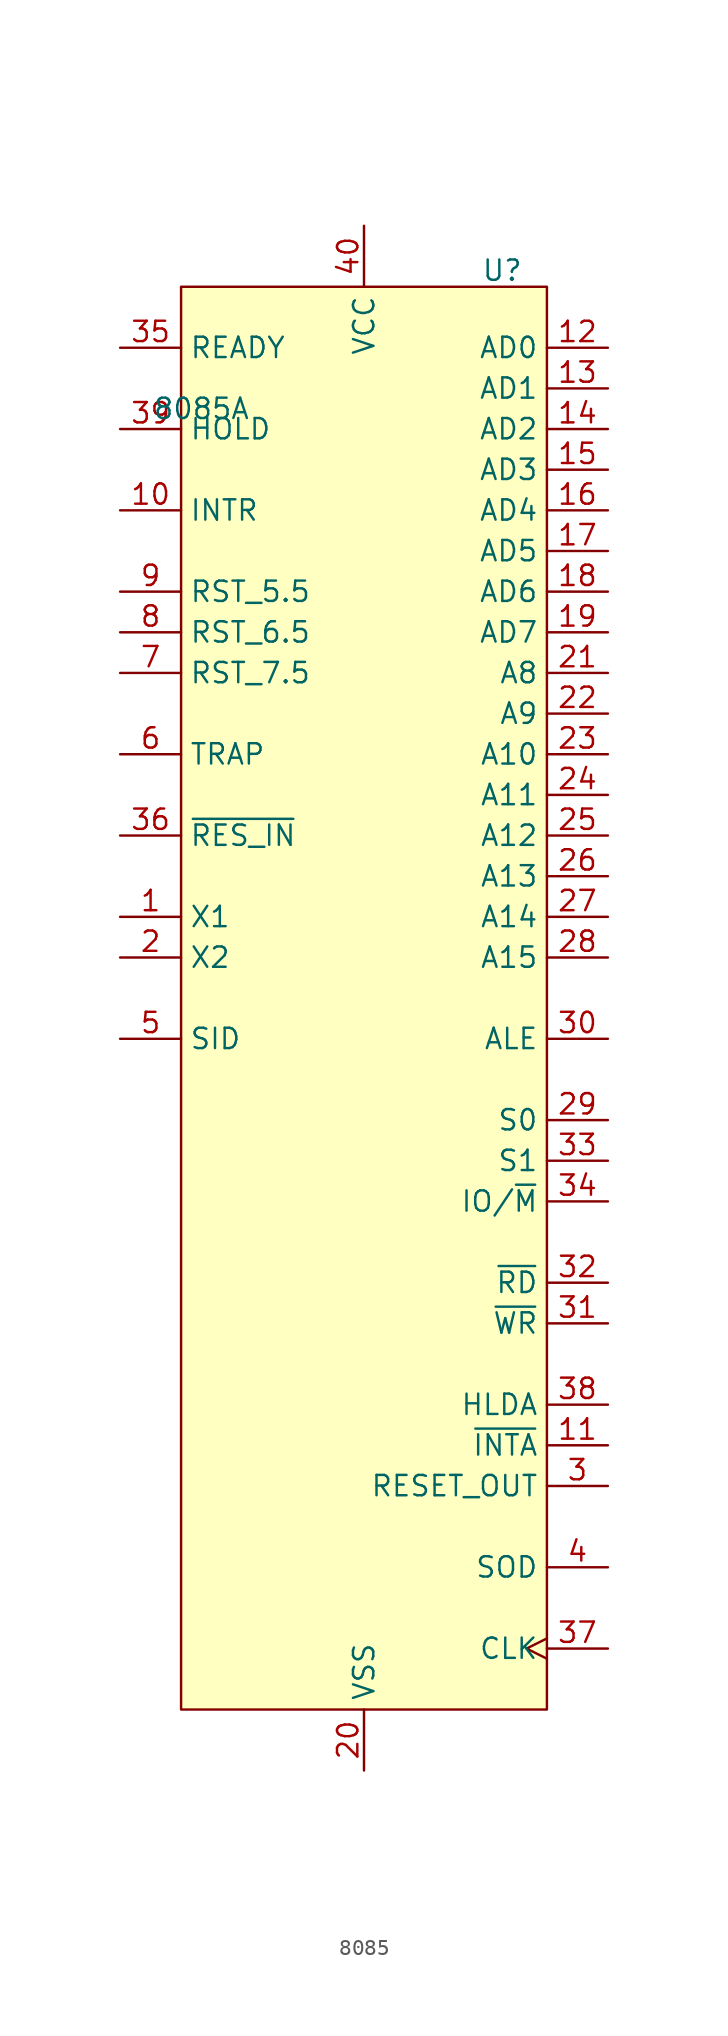
<source format=kicad_sym>
(kicad_symbol_lib
  (version 20231120)
  (generator "kicad_symbol_editor")
  (generator_version "8.0")
  (symbol "8085"
    (property "Reference" "U"
      (at 8.636 45.466 0)
      (effects (font (size 1.27 1.27))))
    (property "Value" "8085A"
      (at -10.16 36.83 0)
      (effects (font (size 1.27 1.27))))
    (symbol "8085_0_1"
      (rectangle (start -11.43 44.45) (end 11.43 -44.45) (stroke (width 0) (type default)) (fill (type background))))
    (symbol "8085_1_0"
      (pin input line (at -15.24 5.08 0) (length 3.81) (name "X1" (effects (font (size 1.27 1.27)))) (number "1" (effects (font (size 1.27 1.27)))))
      (pin input line (at -15.24 30.48 0) (length 3.81) (name "INTR" (effects (font (size 1.27 1.27)))) (number "10" (effects (font (size 1.27 1.27)))))
      (pin output line (at 15.24 -27.94 180) (length 3.81) (name "~{INTA}" (effects (font (size 1.27 1.27)))) (number "11" (effects (font (size 1.27 1.27)))))
      (pin bidirectional line (at 15.24 40.64 180) (length 3.81) (name "AD0" (effects (font (size 1.27 1.27)))) (number "12" (effects (font (size 1.27 1.27)))))
      (pin bidirectional line (at 15.24 38.1 180) (length 3.81) (name "AD1" (effects (font (size 1.27 1.27)))) (number "13" (effects (font (size 1.27 1.27)))))
      (pin bidirectional line (at 15.24 35.56 180) (length 3.81) (name "AD2" (effects (font (size 1.27 1.27)))) (number "14" (effects (font (size 1.27 1.27)))))
      (pin bidirectional line (at 15.24 33.02 180) (length 3.81) (name "AD3" (effects (font (size 1.27 1.27)))) (number "15" (effects (font (size 1.27 1.27)))))
      (pin bidirectional line (at 15.24 30.48 180) (length 3.81) (name "AD4" (effects (font (size 1.27 1.27)))) (number "16" (effects (font (size 1.27 1.27)))))
      (pin bidirectional line (at 15.24 27.94 180) (length 3.81) (name "AD5" (effects (font (size 1.27 1.27)))) (number "17" (effects (font (size 1.27 1.27)))))
      (pin bidirectional line (at 15.24 25.4 180) (length 3.81) (name "AD6" (effects (font (size 1.27 1.27)))) (number "18" (effects (font (size 1.27 1.27)))))
      (pin bidirectional line (at 15.24 22.86 180) (length 3.81) (name "AD7" (effects (font (size 1.27 1.27)))) (number "19" (effects (font (size 1.27 1.27)))))
      (pin input line (at -15.24 2.54 0) (length 3.81) (name "X2" (effects (font (size 1.27 1.27)))) (number "2" (effects (font (size 1.27 1.27)))))
      (pin power_in line (at 0 -48.26 90) (length 3.81) (name "VSS" (effects (font (size 1.27 1.27)))) (number "20" (effects (font (size 1.27 1.27)))))
      (pin output line (at 15.24 20.32 180) (length 3.81) (name "A8" (effects (font (size 1.27 1.27)))) (number "21" (effects (font (size 1.27 1.27)))))
      (pin output line (at 15.24 17.78 180) (length 3.81) (name "A9" (effects (font (size 1.27 1.27)))) (number "22" (effects (font (size 1.27 1.27)))))
      (pin output line (at 15.24 15.24 180) (length 3.81) (name "A10" (effects (font (size 1.27 1.27)))) (number "23" (effects (font (size 1.27 1.27)))))
      (pin output line (at 15.24 12.7 180) (length 3.81) (name "A11" (effects (font (size 1.27 1.27)))) (number "24" (effects (font (size 1.27 1.27)))))
      (pin output line (at 15.24 10.16 180) (length 3.81) (name "A12" (effects (font (size 1.27 1.27)))) (number "25" (effects (font (size 1.27 1.27)))))
      (pin output line (at 15.24 7.62 180) (length 3.81) (name "A13" (effects (font (size 1.27 1.27)))) (number "26" (effects (font (size 1.27 1.27)))))
      (pin output line (at 15.24 5.08 180) (length 3.81) (name "A14" (effects (font (size 1.27 1.27)))) (number "27" (effects (font (size 1.27 1.27)))))
      (pin output line (at 15.24 2.54 180) (length 3.81) (name "A15" (effects (font (size 1.27 1.27)))) (number "28" (effects (font (size 1.27 1.27)))))
      (pin output line (at 15.24 -7.62 180) (length 3.81) (name "S0" (effects (font (size 1.27 1.27)))) (number "29" (effects (font (size 1.27 1.27)))))
      (pin output line (at 15.24 -30.48 180) (length 3.81) (name "RESET_OUT" (effects (font (size 1.27 1.27)))) (number "3" (effects (font (size 1.27 1.27)))))
      (pin output line (at 15.24 -2.54 180) (length 3.81) (name "ALE" (effects (font (size 1.27 1.27)))) (number "30" (effects (font (size 1.27 1.27)))))
      (pin output line (at 15.24 -20.32 180) (length 3.81) (name "~{WR}" (effects (font (size 1.27 1.27)))) (number "31" (effects (font (size 1.27 1.27)))))
      (pin output line (at 15.24 -17.78 180) (length 3.81) (name "~{RD}" (effects (font (size 1.27 1.27)))) (number "32" (effects (font (size 1.27 1.27)))))
      (pin output line (at 15.24 -10.16 180) (length 3.81) (name "S1" (effects (font (size 1.27 1.27)))) (number "33" (effects (font (size 1.27 1.27)))))
      (pin input line (at 15.24 -12.7 180) (length 3.81) (name "IO/~{M}" (effects (font (size 1.27 1.27)))) (number "34" (effects (font (size 1.27 1.27)))))
      (pin input line (at -15.24 40.64 0) (length 3.81) (name "READY" (effects (font (size 1.27 1.27)))) (number "35" (effects (font (size 1.27 1.27)))))
      (pin input line (at -15.24 10.16 0) (length 3.81) (name "~{RES_IN}" (effects (font (size 1.27 1.27)))) (number "36" (effects (font (size 1.27 1.27)))))
      (pin output clock (at 15.24 -40.64 180) (length 3.81) (name "CLK" (effects (font (size 1.27 1.27)))) (number "37" (effects (font (size 1.27 1.27)))))
      (pin output line (at 15.24 -25.4 180) (length 3.81) (name "HLDA" (effects (font (size 1.27 1.27)))) (number "38" (effects (font (size 1.27 1.27)))))
      (pin input line (at -15.24 35.56 0) (length 3.81) (name "HOLD" (effects (font (size 1.27 1.27)))) (number "39" (effects (font (size 1.27 1.27)))))
      (pin output line (at 15.24 -35.56 180) (length 3.81) (name "SOD" (effects (font (size 1.27 1.27)))) (number "4" (effects (font (size 1.27 1.27)))))
      (pin power_in line (at 0 48.26 270) (length 3.81) (name "VCC" (effects (font (size 1.27 1.27)))) (number "40" (effects (font (size 1.27 1.27)))))
      (pin input line (at -15.24 -2.54 0) (length 3.81) (name "SID" (effects (font (size 1.27 1.27)))) (number "5" (effects (font (size 1.27 1.27)))))
      (pin input line (at -15.24 15.24 0) (length 3.81) (name "TRAP" (effects (font (size 1.27 1.27)))) (number "6" (effects (font (size 1.27 1.27)))))
      (pin input line (at -15.24 20.32 0) (length 3.81) (name "RST_7.5" (effects (font (size 1.27 1.27)))) (number "7" (effects (font (size 1.27 1.27)))))
      (pin input line (at -15.24 22.86 0) (length 3.81) (name "RST_6.5" (effects (font (size 1.27 1.27)))) (number "8" (effects (font (size 1.27 1.27)))))
      (pin input line (at -15.24 25.4 0) (length 3.81) (name "RST_5.5" (effects (font (size 1.27 1.27)))) (number "9" (effects (font (size 1.27 1.27))))))))
</source>
